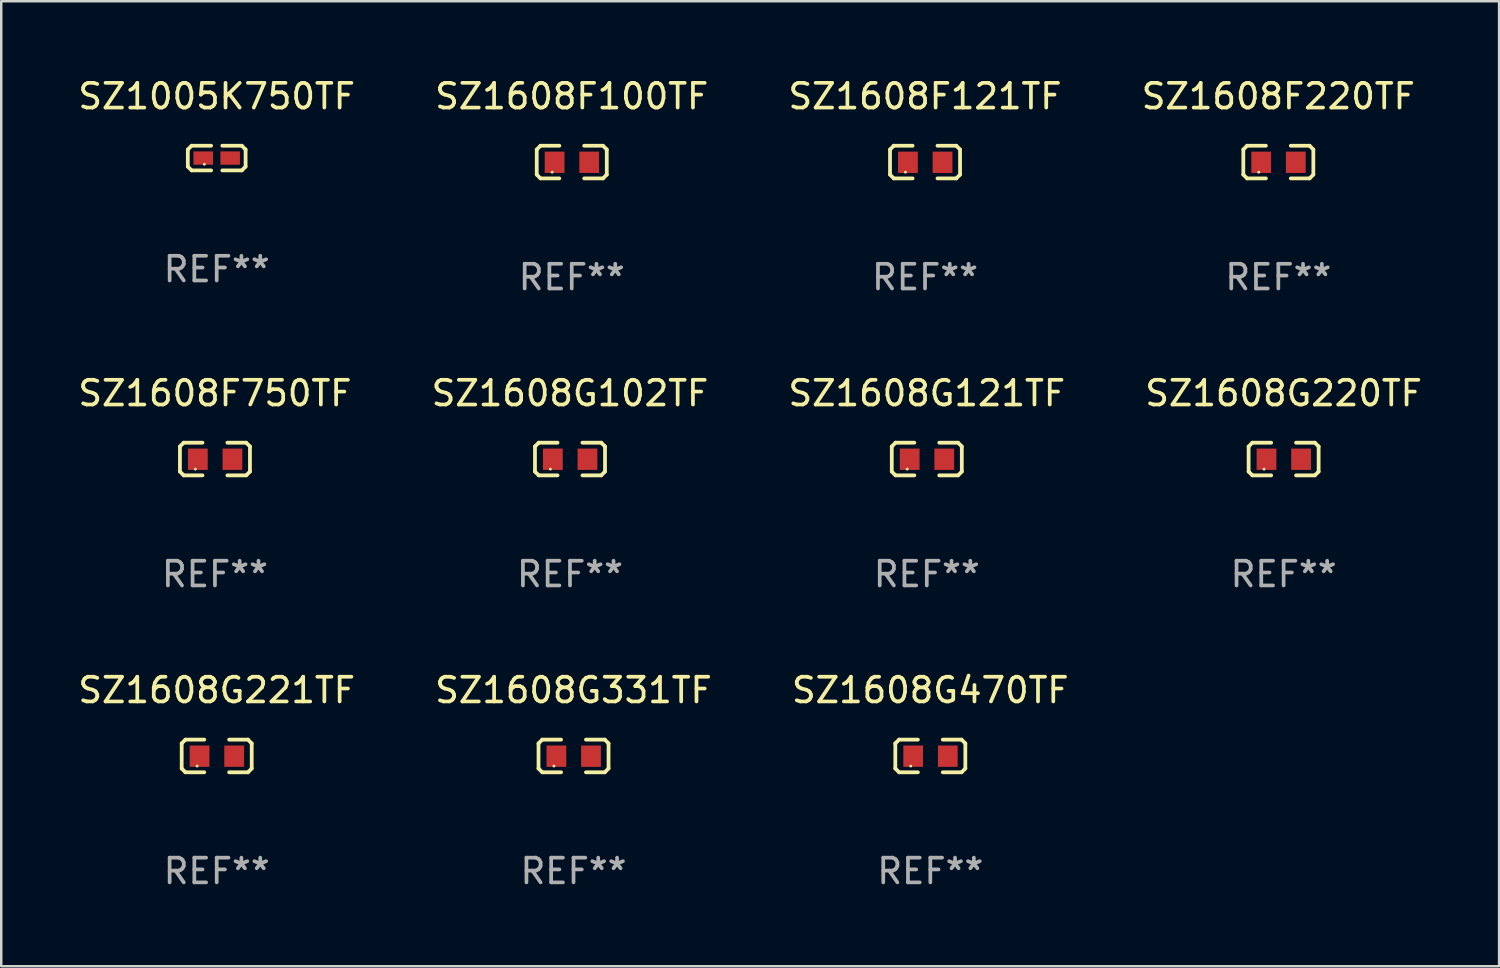
<source format=kicad_pcb>
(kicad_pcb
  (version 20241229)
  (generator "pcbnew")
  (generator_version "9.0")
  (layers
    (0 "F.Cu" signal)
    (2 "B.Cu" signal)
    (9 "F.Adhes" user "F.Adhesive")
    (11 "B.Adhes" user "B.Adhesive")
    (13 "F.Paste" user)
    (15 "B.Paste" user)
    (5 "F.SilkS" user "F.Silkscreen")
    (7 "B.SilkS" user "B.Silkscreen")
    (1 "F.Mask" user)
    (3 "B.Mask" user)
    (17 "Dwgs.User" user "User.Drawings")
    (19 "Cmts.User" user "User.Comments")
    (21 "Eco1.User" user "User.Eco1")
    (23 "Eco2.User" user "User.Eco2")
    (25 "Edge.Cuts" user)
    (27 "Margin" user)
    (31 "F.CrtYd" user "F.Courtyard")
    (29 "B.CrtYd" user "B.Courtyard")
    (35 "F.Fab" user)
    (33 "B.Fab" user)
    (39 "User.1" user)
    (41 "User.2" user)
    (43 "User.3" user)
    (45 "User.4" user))
  (footprint "SZ1608F100TF"
    (layer "F.Cu")
    (at 20.089 3.509)
    (property "Reference" "SZ1608F100TF" (at 0 -2.661 0) (layer "F.SilkS") (effects (font (size 1 1) (thickness 0.15))))
    (attr through_hole)
    (fp_line (start -1.417 -0.508) (end -1.265 -0.661) (stroke (width 0.152) (type solid)) (layer "F.SilkS"))
    (fp_line (start -1.417 0.508) (end -1.417 -0.508) (stroke (width 0.152) (type solid)) (layer "F.SilkS"))
    (fp_line (start -1.265 -0.661) (end -0.503 -0.661) (stroke (width 0.152) (type solid)) (layer "F.SilkS"))
    (fp_line (start -1.265 0.661) (end -1.417 0.508) (stroke (width 0.152) (type solid)) (layer "F.SilkS"))
    (fp_line (start -1.265 0.661) (end -0.503 0.661) (stroke (width 0.152) (type solid)) (layer "F.SilkS"))
    (fp_line (start 1.265 -0.661) (end 0.503 -0.661) (stroke (width 0.152) (type solid)) (layer "F.SilkS"))
    (fp_line (start 1.265 -0.661) (end 1.417 -0.508) (stroke (width 0.152) (type solid)) (layer "F.SilkS"))
    (fp_line (start 1.265 0.661) (end 0.503 0.661) (stroke (width 0.152) (type solid)) (layer "F.SilkS"))
    (fp_line (start 1.417 -0.508) (end 1.417 0.508) (stroke (width 0.152) (type solid)) (layer "F.SilkS"))
    (fp_line (start 1.417 0.508) (end 1.265 0.661) (stroke (width 0.152) (type solid)) (layer "F.SilkS"))
    (fp_circle (center -0.793 0.409) (end -0.763 0.409) (stroke (width 0.06) (type solid)) (fill no) (layer "F.SilkS"))
    (fp_text user "REF**" (at 0 4.661 0) (layer "F.Fab") (effects (font (size 1 1) (thickness 0.15))))
    (pad "1" smd rect (at -0.693 0.009 180) (size 0.8 0.864) (layers "F.Cu" "F.Mask" "F.Paste"))
    (pad "2" smd rect (at 0.707 0.009 180) (size 0.8 0.864) (layers "F.Cu" "F.Mask" "F.Paste")))
  (footprint "SZ1608F750TF"
    (layer "F.Cu")
    (at 5.649 15.527)
    (property "Reference" "SZ1608F750TF" (at 0 -2.661 0) (layer "F.SilkS") (effects (font (size 1 1) (thickness 0.15))))
    (attr through_hole)
    (fp_line (start -1.417 -0.508) (end -1.265 -0.661) (stroke (width 0.152) (type solid)) (layer "F.SilkS"))
    (fp_line (start -1.417 0.508) (end -1.417 -0.508) (stroke (width 0.152) (type solid)) (layer "F.SilkS"))
    (fp_line (start -1.265 -0.661) (end -0.503 -0.661) (stroke (width 0.152) (type solid)) (layer "F.SilkS"))
    (fp_line (start -1.265 0.661) (end -1.417 0.508) (stroke (width 0.152) (type solid)) (layer "F.SilkS"))
    (fp_line (start -1.265 0.661) (end -0.503 0.661) (stroke (width 0.152) (type solid)) (layer "F.SilkS"))
    (fp_line (start 1.265 -0.661) (end 0.503 -0.661) (stroke (width 0.152) (type solid)) (layer "F.SilkS"))
    (fp_line (start 1.265 -0.661) (end 1.417 -0.508) (stroke (width 0.152) (type solid)) (layer "F.SilkS"))
    (fp_line (start 1.265 0.661) (end 0.503 0.661) (stroke (width 0.152) (type solid)) (layer "F.SilkS"))
    (fp_line (start 1.417 -0.508) (end 1.417 0.508) (stroke (width 0.152) (type solid)) (layer "F.SilkS"))
    (fp_line (start 1.417 0.508) (end 1.265 0.661) (stroke (width 0.152) (type solid)) (layer "F.SilkS"))
    (fp_circle (center -0.793 0.409) (end -0.763 0.409) (stroke (width 0.06) (type solid)) (fill no) (layer "F.SilkS"))
    (fp_text user "REF**" (at 0 4.661 0) (layer "F.Fab") (effects (font (size 1 1) (thickness 0.15))))
    (pad "1" smd rect (at -0.693 0.009 180) (size 0.8 0.864) (layers "F.Cu" "F.Mask" "F.Paste"))
    (pad "2" smd rect (at 0.707 0.009 180) (size 0.8 0.864) (layers "F.Cu" "F.Mask" "F.Paste")))
  (footprint "SZ1608F220TF"
    (layer "F.Cu")
    (at 48.685 3.509)
    (property "Reference" "SZ1608F220TF" (at 0 -2.661 0) (layer "F.SilkS") (effects (font (size 1 1) (thickness 0.15))))
    (attr through_hole)
    (fp_line (start -1.417 -0.508) (end -1.265 -0.661) (stroke (width 0.152) (type solid)) (layer "F.SilkS"))
    (fp_line (start -1.417 0.508) (end -1.417 -0.508) (stroke (width 0.152) (type solid)) (layer "F.SilkS"))
    (fp_line (start -1.265 -0.661) (end -0.503 -0.661) (stroke (width 0.152) (type solid)) (layer "F.SilkS"))
    (fp_line (start -1.265 0.661) (end -1.417 0.508) (stroke (width 0.152) (type solid)) (layer "F.SilkS"))
    (fp_line (start -1.265 0.661) (end -0.503 0.661) (stroke (width 0.152) (type solid)) (layer "F.SilkS"))
    (fp_line (start 1.265 -0.661) (end 0.503 -0.661) (stroke (width 0.152) (type solid)) (layer "F.SilkS"))
    (fp_line (start 1.265 -0.661) (end 1.417 -0.508) (stroke (width 0.152) (type solid)) (layer "F.SilkS"))
    (fp_line (start 1.265 0.661) (end 0.503 0.661) (stroke (width 0.152) (type solid)) (layer "F.SilkS"))
    (fp_line (start 1.417 -0.508) (end 1.417 0.508) (stroke (width 0.152) (type solid)) (layer "F.SilkS"))
    (fp_line (start 1.417 0.508) (end 1.265 0.661) (stroke (width 0.152) (type solid)) (layer "F.SilkS"))
    (fp_circle (center -0.793 0.409) (end -0.763 0.409) (stroke (width 0.06) (type solid)) (fill no) (layer "F.SilkS"))
    (fp_text user "REF**" (at 0 4.661 0) (layer "F.Fab") (effects (font (size 1 1) (thickness 0.15))))
    (pad "1" smd rect (at -0.693 0.009 180) (size 0.8 0.864) (layers "F.Cu" "F.Mask" "F.Paste"))
    (pad "2" smd rect (at 0.707 0.009 180) (size 0.8 0.864) (layers "F.Cu" "F.Mask" "F.Paste")))
  (footprint "SZ1005K750TF"
    (layer "F.Cu")
    (at 5.72 3.347)
    (property "Reference" "SZ1005K750TF" (at 0 -2.499 0) (layer "F.SilkS") (effects (font (size 1 1) (thickness 0.15))))
    (attr through_hole)
    (fp_line (start -1.169 -0.346) (end -1.016 -0.499) (stroke (width 0.152) (type solid)) (layer "F.SilkS"))
    (fp_line (start -1.169 0.346) (end -1.169 -0.346) (stroke (width 0.152) (type solid)) (layer "F.SilkS"))
    (fp_line (start -1.016 -0.499) (end -0.226 -0.499) (stroke (width 0.152) (type solid)) (layer "F.SilkS"))
    (fp_line (start -1.016 0.499) (end -1.169 0.346) (stroke (width 0.152) (type solid)) (layer "F.SilkS"))
    (fp_line (start -0.226 0.499) (end -1.016 0.499) (stroke (width 0.152) (type solid)) (layer "F.SilkS"))
    (fp_line (start 0.226 0.499) (end 1.016 0.499) (stroke (width 0.152) (type solid)) (layer "F.SilkS"))
    (fp_line (start 1.016 -0.499) (end 0.226 -0.499) (stroke (width 0.152) (type solid)) (layer "F.SilkS"))
    (fp_line (start 1.016 0.499) (end 1.169 0.346) (stroke (width 0.152) (type solid)) (layer "F.SilkS"))
    (fp_line (start 1.169 -0.346) (end 1.016 -0.499) (stroke (width 0.152) (type solid)) (layer "F.SilkS"))
    (fp_line (start 1.169 0.346) (end 1.169 -0.346) (stroke (width 0.152) (type solid)) (layer "F.SilkS"))
    (fp_circle (center -0.5 0.25) (end -0.47 0.25) (stroke (width 0.06) (type solid)) (fill no) (layer "F.SilkS"))
    (fp_text user "REF**" (at 0 4.499 0) (layer "F.Fab") (effects (font (size 1 1) (thickness 0.15))))
    (pad "1" smd rect (at -0.545 0) (size 0.79 0.54) (layers "F.Cu" "F.Mask" "F.Paste"))
    (pad "2" smd rect (at 0.545 0) (size 0.79 0.54) (layers "F.Cu" "F.Mask" "F.Paste")))
  (footprint "SZ1608G102TF"
    (layer "F.Cu")
    (at 20.018 15.527)
    (property "Reference" "SZ1608G102TF" (at 0 -2.661 0) (layer "F.SilkS") (effects (font (size 1 1) (thickness 0.15))))
    (attr through_hole)
    (fp_line (start -1.417 -0.508) (end -1.265 -0.661) (stroke (width 0.152) (type solid)) (layer "F.SilkS"))
    (fp_line (start -1.417 0.508) (end -1.417 -0.508) (stroke (width 0.152) (type solid)) (layer "F.SilkS"))
    (fp_line (start -1.265 -0.661) (end -0.503 -0.661) (stroke (width 0.152) (type solid)) (layer "F.SilkS"))
    (fp_line (start -1.265 0.661) (end -1.417 0.508) (stroke (width 0.152) (type solid)) (layer "F.SilkS"))
    (fp_line (start -1.265 0.661) (end -0.503 0.661) (stroke (width 0.152) (type solid)) (layer "F.SilkS"))
    (fp_line (start 1.265 -0.661) (end 0.503 -0.661) (stroke (width 0.152) (type solid)) (layer "F.SilkS"))
    (fp_line (start 1.265 -0.661) (end 1.417 -0.508) (stroke (width 0.152) (type solid)) (layer "F.SilkS"))
    (fp_line (start 1.265 0.661) (end 0.503 0.661) (stroke (width 0.152) (type solid)) (layer "F.SilkS"))
    (fp_line (start 1.417 -0.508) (end 1.417 0.508) (stroke (width 0.152) (type solid)) (layer "F.SilkS"))
    (fp_line (start 1.417 0.508) (end 1.265 0.661) (stroke (width 0.152) (type solid)) (layer "F.SilkS"))
    (fp_circle (center -0.793 0.409) (end -0.763 0.409) (stroke (width 0.06) (type solid)) (fill no) (layer "F.SilkS"))
    (fp_text user "REF**" (at 0 4.661 0) (layer "F.Fab") (effects (font (size 1 1) (thickness 0.15))))
    (pad "1" smd rect (at -0.693 0.009 180) (size 0.8 0.864) (layers "F.Cu" "F.Mask" "F.Paste"))
    (pad "2" smd rect (at 0.707 0.009 180) (size 0.8 0.864) (layers "F.Cu" "F.Mask" "F.Paste")))
  (footprint "SZ1608F121TF"
    (layer "F.Cu")
    (at 34.387 3.509)
    (property "Reference" "SZ1608F121TF" (at 0 -2.661 0) (layer "F.SilkS") (effects (font (size 1 1) (thickness 0.15))))
    (attr through_hole)
    (fp_line (start -1.417 -0.508) (end -1.265 -0.661) (stroke (width 0.152) (type solid)) (layer "F.SilkS"))
    (fp_line (start -1.417 0.508) (end -1.417 -0.508) (stroke (width 0.152) (type solid)) (layer "F.SilkS"))
    (fp_line (start -1.265 -0.661) (end -0.503 -0.661) (stroke (width 0.152) (type solid)) (layer "F.SilkS"))
    (fp_line (start -1.265 0.661) (end -1.417 0.508) (stroke (width 0.152) (type solid)) (layer "F.SilkS"))
    (fp_line (start -1.265 0.661) (end -0.503 0.661) (stroke (width 0.152) (type solid)) (layer "F.SilkS"))
    (fp_line (start 1.265 -0.661) (end 0.503 -0.661) (stroke (width 0.152) (type solid)) (layer "F.SilkS"))
    (fp_line (start 1.265 -0.661) (end 1.417 -0.508) (stroke (width 0.152) (type solid)) (layer "F.SilkS"))
    (fp_line (start 1.265 0.661) (end 0.503 0.661) (stroke (width 0.152) (type solid)) (layer "F.SilkS"))
    (fp_line (start 1.417 -0.508) (end 1.417 0.508) (stroke (width 0.152) (type solid)) (layer "F.SilkS"))
    (fp_line (start 1.417 0.508) (end 1.265 0.661) (stroke (width 0.152) (type solid)) (layer "F.SilkS"))
    (fp_circle (center -0.793 0.409) (end -0.763 0.409) (stroke (width 0.06) (type solid)) (fill no) (layer "F.SilkS"))
    (fp_text user "REF**" (at 0 4.661 0) (layer "F.Fab") (effects (font (size 1 1) (thickness 0.15))))
    (pad "1" smd rect (at -0.693 0.009 180) (size 0.8 0.864) (layers "F.Cu" "F.Mask" "F.Paste"))
    (pad "2" smd rect (at 0.707 0.009 180) (size 0.8 0.864) (layers "F.Cu" "F.Mask" "F.Paste")))
  (footprint "SZ1608G121TF"
    (layer "F.Cu")
    (at 34.458 15.527)
    (property "Reference" "SZ1608G121TF" (at 0 -2.661 0) (layer "F.SilkS") (effects (font (size 1 1) (thickness 0.15))))
    (attr through_hole)
    (fp_line (start -1.417 -0.508) (end -1.265 -0.661) (stroke (width 0.152) (type solid)) (layer "F.SilkS"))
    (fp_line (start -1.417 0.508) (end -1.417 -0.508) (stroke (width 0.152) (type solid)) (layer "F.SilkS"))
    (fp_line (start -1.265 -0.661) (end -0.503 -0.661) (stroke (width 0.152) (type solid)) (layer "F.SilkS"))
    (fp_line (start -1.265 0.661) (end -1.417 0.508) (stroke (width 0.152) (type solid)) (layer "F.SilkS"))
    (fp_line (start -1.265 0.661) (end -0.503 0.661) (stroke (width 0.152) (type solid)) (layer "F.SilkS"))
    (fp_line (start 1.265 -0.661) (end 0.503 -0.661) (stroke (width 0.152) (type solid)) (layer "F.SilkS"))
    (fp_line (start 1.265 -0.661) (end 1.417 -0.508) (stroke (width 0.152) (type solid)) (layer "F.SilkS"))
    (fp_line (start 1.265 0.661) (end 0.503 0.661) (stroke (width 0.152) (type solid)) (layer "F.SilkS"))
    (fp_line (start 1.417 -0.508) (end 1.417 0.508) (stroke (width 0.152) (type solid)) (layer "F.SilkS"))
    (fp_line (start 1.417 0.508) (end 1.265 0.661) (stroke (width 0.152) (type solid)) (layer "F.SilkS"))
    (fp_circle (center -0.793 0.409) (end -0.763 0.409) (stroke (width 0.06) (type solid)) (fill no) (layer "F.SilkS"))
    (fp_text user "REF**" (at 0 4.661 0) (layer "F.Fab") (effects (font (size 1 1) (thickness 0.15))))
    (pad "1" smd rect (at -0.693 0.009 180) (size 0.8 0.864) (layers "F.Cu" "F.Mask" "F.Paste"))
    (pad "2" smd rect (at 0.707 0.009 180) (size 0.8 0.864) (layers "F.Cu" "F.Mask" "F.Paste")))
  (footprint "SZ1608G221TF"
    (layer "F.Cu")
    (at 5.72 27.544)
    (property "Reference" "SZ1608G221TF" (at 0 -2.661 0) (layer "F.SilkS") (effects (font (size 1 1) (thickness 0.15))))
    (attr through_hole)
    (fp_line (start -1.417 -0.508) (end -1.265 -0.661) (stroke (width 0.152) (type solid)) (layer "F.SilkS"))
    (fp_line (start -1.417 0.508) (end -1.417 -0.508) (stroke (width 0.152) (type solid)) (layer "F.SilkS"))
    (fp_line (start -1.265 -0.661) (end -0.503 -0.661) (stroke (width 0.152) (type solid)) (layer "F.SilkS"))
    (fp_line (start -1.265 0.661) (end -1.417 0.508) (stroke (width 0.152) (type solid)) (layer "F.SilkS"))
    (fp_line (start -1.265 0.661) (end -0.503 0.661) (stroke (width 0.152) (type solid)) (layer "F.SilkS"))
    (fp_line (start 1.265 -0.661) (end 0.503 -0.661) (stroke (width 0.152) (type solid)) (layer "F.SilkS"))
    (fp_line (start 1.265 -0.661) (end 1.417 -0.508) (stroke (width 0.152) (type solid)) (layer "F.SilkS"))
    (fp_line (start 1.265 0.661) (end 0.503 0.661) (stroke (width 0.152) (type solid)) (layer "F.SilkS"))
    (fp_line (start 1.417 -0.508) (end 1.417 0.508) (stroke (width 0.152) (type solid)) (layer "F.SilkS"))
    (fp_line (start 1.417 0.508) (end 1.265 0.661) (stroke (width 0.152) (type solid)) (layer "F.SilkS"))
    (fp_circle (center -0.793 0.409) (end -0.763 0.409) (stroke (width 0.06) (type solid)) (fill no) (layer "F.SilkS"))
    (fp_text user "REF**" (at 0 4.661 0) (layer "F.Fab") (effects (font (size 1 1) (thickness 0.15))))
    (pad "1" smd rect (at -0.693 0.009 180) (size 0.8 0.864) (layers "F.Cu" "F.Mask" "F.Paste"))
    (pad "2" smd rect (at 0.707 0.009 180) (size 0.8 0.864) (layers "F.Cu" "F.Mask" "F.Paste")))
  (footprint "SZ1608G331TF"
    (layer "F.Cu")
    (at 20.161 27.544)
    (property "Reference" "SZ1608G331TF" (at 0 -2.661 0) (layer "F.SilkS") (effects (font (size 1 1) (thickness 0.15))))
    (attr through_hole)
    (fp_line (start -1.417 -0.508) (end -1.265 -0.661) (stroke (width 0.152) (type solid)) (layer "F.SilkS"))
    (fp_line (start -1.417 0.508) (end -1.417 -0.508) (stroke (width 0.152) (type solid)) (layer "F.SilkS"))
    (fp_line (start -1.265 -0.661) (end -0.503 -0.661) (stroke (width 0.152) (type solid)) (layer "F.SilkS"))
    (fp_line (start -1.265 0.661) (end -1.417 0.508) (stroke (width 0.152) (type solid)) (layer "F.SilkS"))
    (fp_line (start -1.265 0.661) (end -0.503 0.661) (stroke (width 0.152) (type solid)) (layer "F.SilkS"))
    (fp_line (start 1.265 -0.661) (end 0.503 -0.661) (stroke (width 0.152) (type solid)) (layer "F.SilkS"))
    (fp_line (start 1.265 -0.661) (end 1.417 -0.508) (stroke (width 0.152) (type solid)) (layer "F.SilkS"))
    (fp_line (start 1.265 0.661) (end 0.503 0.661) (stroke (width 0.152) (type solid)) (layer "F.SilkS"))
    (fp_line (start 1.417 -0.508) (end 1.417 0.508) (stroke (width 0.152) (type solid)) (layer "F.SilkS"))
    (fp_line (start 1.417 0.508) (end 1.265 0.661) (stroke (width 0.152) (type solid)) (layer "F.SilkS"))
    (fp_circle (center -0.793 0.409) (end -0.763 0.409) (stroke (width 0.06) (type solid)) (fill no) (layer "F.SilkS"))
    (fp_text user "REF**" (at 0 4.661 0) (layer "F.Fab") (effects (font (size 1 1) (thickness 0.15))))
    (pad "1" smd rect (at -0.693 0.009 180) (size 0.8 0.864) (layers "F.Cu" "F.Mask" "F.Paste"))
    (pad "2" smd rect (at 0.707 0.009 180) (size 0.8 0.864) (layers "F.Cu" "F.Mask" "F.Paste")))
  (footprint "SZ1608G220TF"
    (layer "F.Cu")
    (at 48.899 15.527)
    (property "Reference" "SZ1608G220TF" (at 0 -2.661 0) (layer "F.SilkS") (effects (font (size 1 1) (thickness 0.15))))
    (attr through_hole)
    (fp_line (start -1.417 -0.508) (end -1.265 -0.661) (stroke (width 0.152) (type solid)) (layer "F.SilkS"))
    (fp_line (start -1.417 0.508) (end -1.417 -0.508) (stroke (width 0.152) (type solid)) (layer "F.SilkS"))
    (fp_line (start -1.265 -0.661) (end -0.503 -0.661) (stroke (width 0.152) (type solid)) (layer "F.SilkS"))
    (fp_line (start -1.265 0.661) (end -1.417 0.508) (stroke (width 0.152) (type solid)) (layer "F.SilkS"))
    (fp_line (start -1.265 0.661) (end -0.503 0.661) (stroke (width 0.152) (type solid)) (layer "F.SilkS"))
    (fp_line (start 1.265 -0.661) (end 0.503 -0.661) (stroke (width 0.152) (type solid)) (layer "F.SilkS"))
    (fp_line (start 1.265 -0.661) (end 1.417 -0.508) (stroke (width 0.152) (type solid)) (layer "F.SilkS"))
    (fp_line (start 1.265 0.661) (end 0.503 0.661) (stroke (width 0.152) (type solid)) (layer "F.SilkS"))
    (fp_line (start 1.417 -0.508) (end 1.417 0.508) (stroke (width 0.152) (type solid)) (layer "F.SilkS"))
    (fp_line (start 1.417 0.508) (end 1.265 0.661) (stroke (width 0.152) (type solid)) (layer "F.SilkS"))
    (fp_circle (center -0.793 0.409) (end -0.763 0.409) (stroke (width 0.06) (type solid)) (fill no) (layer "F.SilkS"))
    (fp_text user "REF**" (at 0 4.661 0) (layer "F.Fab") (effects (font (size 1 1) (thickness 0.15))))
    (pad "1" smd rect (at -0.693 0.009 180) (size 0.8 0.864) (layers "F.Cu" "F.Mask" "F.Paste"))
    (pad "2" smd rect (at 0.707 0.009 180) (size 0.8 0.864) (layers "F.Cu" "F.Mask" "F.Paste")))
  (footprint "SZ1608G470TF"
    (layer "F.Cu")
    (at 34.601 27.544)
    (property "Reference" "SZ1608G470TF" (at 0 -2.661 0) (layer "F.SilkS") (effects (font (size 1 1) (thickness 0.15))))
    (attr through_hole)
    (fp_line (start -1.417 -0.508) (end -1.265 -0.661) (stroke (width 0.152) (type solid)) (layer "F.SilkS"))
    (fp_line (start -1.417 0.508) (end -1.417 -0.508) (stroke (width 0.152) (type solid)) (layer "F.SilkS"))
    (fp_line (start -1.265 -0.661) (end -0.503 -0.661) (stroke (width 0.152) (type solid)) (layer "F.SilkS"))
    (fp_line (start -1.265 0.661) (end -1.417 0.508) (stroke (width 0.152) (type solid)) (layer "F.SilkS"))
    (fp_line (start -1.265 0.661) (end -0.503 0.661) (stroke (width 0.152) (type solid)) (layer "F.SilkS"))
    (fp_line (start 1.265 -0.661) (end 0.503 -0.661) (stroke (width 0.152) (type solid)) (layer "F.SilkS"))
    (fp_line (start 1.265 -0.661) (end 1.417 -0.508) (stroke (width 0.152) (type solid)) (layer "F.SilkS"))
    (fp_line (start 1.265 0.661) (end 0.503 0.661) (stroke (width 0.152) (type solid)) (layer "F.SilkS"))
    (fp_line (start 1.417 -0.508) (end 1.417 0.508) (stroke (width 0.152) (type solid)) (layer "F.SilkS"))
    (fp_line (start 1.417 0.508) (end 1.265 0.661) (stroke (width 0.152) (type solid)) (layer "F.SilkS"))
    (fp_circle (center -0.793 0.409) (end -0.763 0.409) (stroke (width 0.06) (type solid)) (fill no) (layer "F.SilkS"))
    (fp_text user "REF**" (at 0 4.661 0) (layer "F.Fab") (effects (font (size 1 1) (thickness 0.15))))
    (pad "1" smd rect (at -0.693 0.009 180) (size 0.8 0.864) (layers "F.Cu" "F.Mask" "F.Paste"))
    (pad "2" smd rect (at 0.707 0.009 180) (size 0.8 0.864) (layers "F.Cu" "F.Mask" "F.Paste")))
  (gr_rect
    (start -3 -3)
    (end 57.619 36.053)
    (stroke (width 0.1) (type default))
    (fill no)
    (layer "Edge.Cuts")))
</source>
